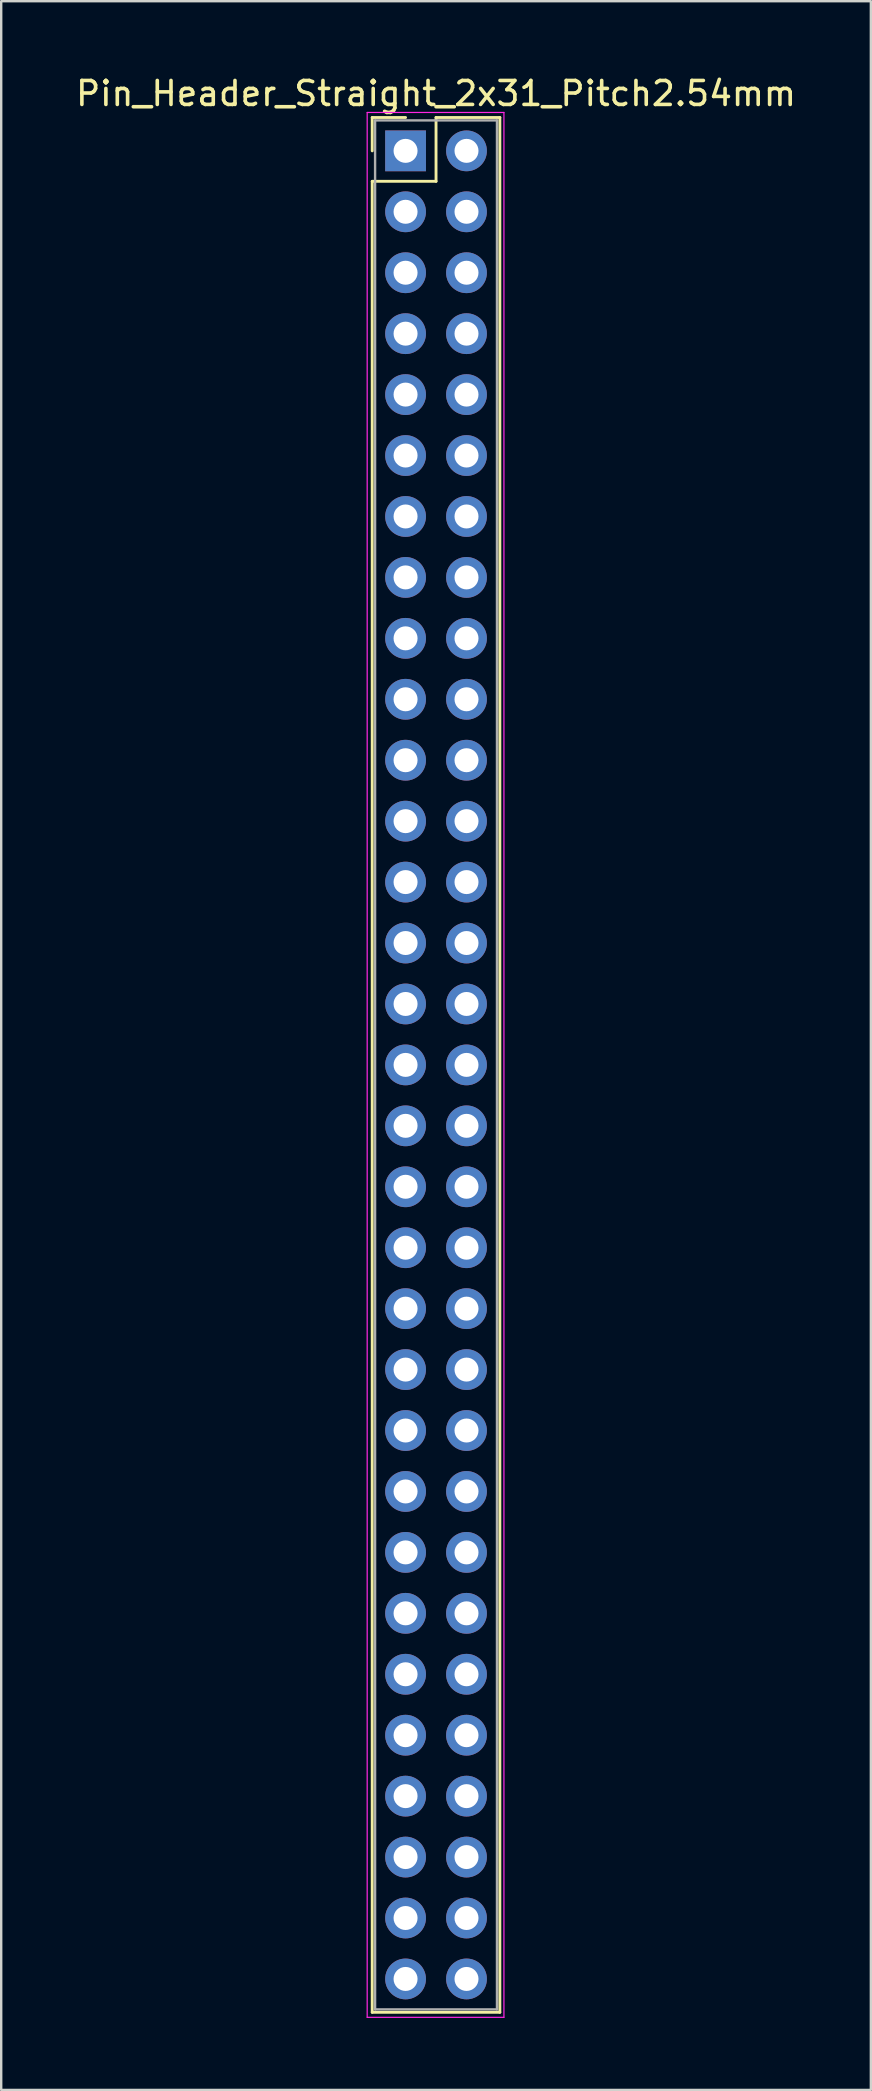
<source format=kicad_pcb>
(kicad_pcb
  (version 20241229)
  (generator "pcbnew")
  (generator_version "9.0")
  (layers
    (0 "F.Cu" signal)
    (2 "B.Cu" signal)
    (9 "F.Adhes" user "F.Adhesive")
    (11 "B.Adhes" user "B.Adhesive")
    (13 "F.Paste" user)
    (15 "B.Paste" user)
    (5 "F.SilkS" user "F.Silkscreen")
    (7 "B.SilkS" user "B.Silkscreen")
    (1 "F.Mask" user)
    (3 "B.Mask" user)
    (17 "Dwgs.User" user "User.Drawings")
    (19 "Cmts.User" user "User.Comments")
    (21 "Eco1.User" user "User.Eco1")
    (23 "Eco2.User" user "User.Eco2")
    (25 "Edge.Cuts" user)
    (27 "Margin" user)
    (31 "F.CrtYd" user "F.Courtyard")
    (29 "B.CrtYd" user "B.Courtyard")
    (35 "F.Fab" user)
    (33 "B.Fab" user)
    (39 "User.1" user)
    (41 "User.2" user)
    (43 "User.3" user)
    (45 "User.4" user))
  (footprint "Pin_Header_Straight_2x31_Pitch2.54mm"
    (layer "F.Cu")
    (at 13.855 3.238)
    (property "Reference" "Pin_Header_Straight_2x31_Pitch2.54mm" (at 1.27 -2.39 0) (layer "F.SilkS") (effects (font (size 1 1) (thickness 0.15))))
    (attr through_hole)
    (fp_line (start -1.39 -1.39) (end 0 -1.39) (stroke (width 0.12) (type solid)) (layer "F.SilkS"))
    (fp_line (start -1.39 0) (end -1.39 -1.39) (stroke (width 0.12) (type solid)) (layer "F.SilkS"))
    (fp_line (start -1.39 1.27) (end -1.39 77.59) (stroke (width 0.12) (type solid)) (layer "F.SilkS"))
    (fp_line (start -1.39 77.59) (end 3.93 77.59) (stroke (width 0.12) (type solid)) (layer "F.SilkS"))
    (fp_line (start 1.27 -1.39) (end 1.27 1.27) (stroke (width 0.12) (type solid)) (layer "F.SilkS"))
    (fp_line (start 1.27 1.27) (end -1.39 1.27) (stroke (width 0.12) (type solid)) (layer "F.SilkS"))
    (fp_line (start 3.93 -1.39) (end 1.27 -1.39) (stroke (width 0.12) (type solid)) (layer "F.SilkS"))
    (fp_line (start 3.93 77.59) (end 3.93 -1.39) (stroke (width 0.12) (type solid)) (layer "F.SilkS"))
    (fp_line (start -1.6 -1.6) (end -1.6 77.8) (stroke (width 0.05) (type solid)) (layer "F.CrtYd"))
    (fp_line (start -1.6 77.8) (end 4.1 77.8) (stroke (width 0.05) (type solid)) (layer "F.CrtYd"))
    (fp_line (start 4.1 -1.6) (end -1.6 -1.6) (stroke (width 0.05) (type solid)) (layer "F.CrtYd"))
    (fp_line (start 4.1 77.8) (end 4.1 -1.6) (stroke (width 0.05) (type solid)) (layer "F.CrtYd"))
    (fp_line (start -1.27 -1.27) (end -1.27 77.47) (stroke (width 0.1) (type solid)) (layer "F.Fab"))
    (fp_line (start -1.27 77.47) (end 3.81 77.47) (stroke (width 0.1) (type solid)) (layer "F.Fab"))
    (fp_line (start 3.81 -1.27) (end -1.27 -1.27) (stroke (width 0.1) (type solid)) (layer "F.Fab"))
    (fp_line (start 3.81 77.47) (end 3.81 -1.27) (stroke (width 0.1) (type solid)) (layer "F.Fab"))
    (pad "1" thru_hole rect (at 0 0) (size 1.7 1.7) (drill 1) (layers "*.Cu" "*.Mask"))
    (pad "2" thru_hole oval (at 2.54 0) (size 1.7 1.7) (drill 1) (layers "*.Cu" "*.Mask"))
    (pad "3" thru_hole oval (at 0 2.54) (size 1.7 1.7) (drill 1) (layers "*.Cu" "*.Mask"))
    (pad "4" thru_hole oval (at 2.54 2.54) (size 1.7 1.7) (drill 1) (layers "*.Cu" "*.Mask"))
    (pad "5" thru_hole oval (at 0 5.08) (size 1.7 1.7) (drill 1) (layers "*.Cu" "*.Mask"))
    (pad "6" thru_hole oval (at 2.54 5.08) (size 1.7 1.7) (drill 1) (layers "*.Cu" "*.Mask"))
    (pad "7" thru_hole oval (at 0 7.62) (size 1.7 1.7) (drill 1) (layers "*.Cu" "*.Mask"))
    (pad "8" thru_hole oval (at 2.54 7.62) (size 1.7 1.7) (drill 1) (layers "*.Cu" "*.Mask"))
    (pad "9" thru_hole oval (at 0 10.16) (size 1.7 1.7) (drill 1) (layers "*.Cu" "*.Mask"))
    (pad "10" thru_hole oval (at 2.54 10.16) (size 1.7 1.7) (drill 1) (layers "*.Cu" "*.Mask"))
    (pad "11" thru_hole oval (at 0 12.7) (size 1.7 1.7) (drill 1) (layers "*.Cu" "*.Mask"))
    (pad "12" thru_hole oval (at 2.54 12.7) (size 1.7 1.7) (drill 1) (layers "*.Cu" "*.Mask"))
    (pad "13" thru_hole oval (at 0 15.24) (size 1.7 1.7) (drill 1) (layers "*.Cu" "*.Mask"))
    (pad "14" thru_hole oval (at 2.54 15.24) (size 1.7 1.7) (drill 1) (layers "*.Cu" "*.Mask"))
    (pad "15" thru_hole oval (at 0 17.78) (size 1.7 1.7) (drill 1) (layers "*.Cu" "*.Mask"))
    (pad "16" thru_hole oval (at 2.54 17.78) (size 1.7 1.7) (drill 1) (layers "*.Cu" "*.Mask"))
    (pad "17" thru_hole oval (at 0 20.32) (size 1.7 1.7) (drill 1) (layers "*.Cu" "*.Mask"))
    (pad "18" thru_hole oval (at 2.54 20.32) (size 1.7 1.7) (drill 1) (layers "*.Cu" "*.Mask"))
    (pad "19" thru_hole oval (at 0 22.86) (size 1.7 1.7) (drill 1) (layers "*.Cu" "*.Mask"))
    (pad "20" thru_hole oval (at 2.54 22.86) (size 1.7 1.7) (drill 1) (layers "*.Cu" "*.Mask"))
    (pad "21" thru_hole oval (at 0 25.4) (size 1.7 1.7) (drill 1) (layers "*.Cu" "*.Mask"))
    (pad "22" thru_hole oval (at 2.54 25.4) (size 1.7 1.7) (drill 1) (layers "*.Cu" "*.Mask"))
    (pad "23" thru_hole oval (at 0 27.94) (size 1.7 1.7) (drill 1) (layers "*.Cu" "*.Mask"))
    (pad "24" thru_hole oval (at 2.54 27.94) (size 1.7 1.7) (drill 1) (layers "*.Cu" "*.Mask"))
    (pad "25" thru_hole oval (at 0 30.48) (size 1.7 1.7) (drill 1) (layers "*.Cu" "*.Mask"))
    (pad "26" thru_hole oval (at 2.54 30.48) (size 1.7 1.7) (drill 1) (layers "*.Cu" "*.Mask"))
    (pad "27" thru_hole oval (at 0 33.02) (size 1.7 1.7) (drill 1) (layers "*.Cu" "*.Mask"))
    (pad "28" thru_hole oval (at 2.54 33.02) (size 1.7 1.7) (drill 1) (layers "*.Cu" "*.Mask"))
    (pad "29" thru_hole oval (at 0 35.56) (size 1.7 1.7) (drill 1) (layers "*.Cu" "*.Mask"))
    (pad "30" thru_hole oval (at 2.54 35.56) (size 1.7 1.7) (drill 1) (layers "*.Cu" "*.Mask"))
    (pad "31" thru_hole oval (at 0 38.1) (size 1.7 1.7) (drill 1) (layers "*.Cu" "*.Mask"))
    (pad "32" thru_hole oval (at 2.54 38.1) (size 1.7 1.7) (drill 1) (layers "*.Cu" "*.Mask"))
    (pad "33" thru_hole oval (at 0 40.64) (size 1.7 1.7) (drill 1) (layers "*.Cu" "*.Mask"))
    (pad "34" thru_hole oval (at 2.54 40.64) (size 1.7 1.7) (drill 1) (layers "*.Cu" "*.Mask"))
    (pad "35" thru_hole oval (at 0 43.18) (size 1.7 1.7) (drill 1) (layers "*.Cu" "*.Mask"))
    (pad "36" thru_hole oval (at 2.54 43.18) (size 1.7 1.7) (drill 1) (layers "*.Cu" "*.Mask"))
    (pad "37" thru_hole oval (at 0 45.72) (size 1.7 1.7) (drill 1) (layers "*.Cu" "*.Mask"))
    (pad "38" thru_hole oval (at 2.54 45.72) (size 1.7 1.7) (drill 1) (layers "*.Cu" "*.Mask"))
    (pad "39" thru_hole oval (at 0 48.26) (size 1.7 1.7) (drill 1) (layers "*.Cu" "*.Mask"))
    (pad "40" thru_hole oval (at 2.54 48.26) (size 1.7 1.7) (drill 1) (layers "*.Cu" "*.Mask"))
    (pad "41" thru_hole oval (at 0 50.8) (size 1.7 1.7) (drill 1) (layers "*.Cu" "*.Mask"))
    (pad "42" thru_hole oval (at 2.54 50.8) (size 1.7 1.7) (drill 1) (layers "*.Cu" "*.Mask"))
    (pad "43" thru_hole oval (at 0 53.34) (size 1.7 1.7) (drill 1) (layers "*.Cu" "*.Mask"))
    (pad "44" thru_hole oval (at 2.54 53.34) (size 1.7 1.7) (drill 1) (layers "*.Cu" "*.Mask"))
    (pad "45" thru_hole oval (at 0 55.88) (size 1.7 1.7) (drill 1) (layers "*.Cu" "*.Mask"))
    (pad "46" thru_hole oval (at 2.54 55.88) (size 1.7 1.7) (drill 1) (layers "*.Cu" "*.Mask"))
    (pad "47" thru_hole oval (at 0 58.42) (size 1.7 1.7) (drill 1) (layers "*.Cu" "*.Mask"))
    (pad "48" thru_hole oval (at 2.54 58.42) (size 1.7 1.7) (drill 1) (layers "*.Cu" "*.Mask"))
    (pad "49" thru_hole oval (at 0 60.96) (size 1.7 1.7) (drill 1) (layers "*.Cu" "*.Mask"))
    (pad "50" thru_hole oval (at 2.54 60.96) (size 1.7 1.7) (drill 1) (layers "*.Cu" "*.Mask"))
    (pad "51" thru_hole oval (at 0 63.5) (size 1.7 1.7) (drill 1) (layers "*.Cu" "*.Mask"))
    (pad "52" thru_hole oval (at 2.54 63.5) (size 1.7 1.7) (drill 1) (layers "*.Cu" "*.Mask"))
    (pad "53" thru_hole oval (at 0 66.04) (size 1.7 1.7) (drill 1) (layers "*.Cu" "*.Mask"))
    (pad "54" thru_hole oval (at 2.54 66.04) (size 1.7 1.7) (drill 1) (layers "*.Cu" "*.Mask"))
    (pad "55" thru_hole oval (at 0 68.58) (size 1.7 1.7) (drill 1) (layers "*.Cu" "*.Mask"))
    (pad "56" thru_hole oval (at 2.54 68.58) (size 1.7 1.7) (drill 1) (layers "*.Cu" "*.Mask"))
    (pad "57" thru_hole oval (at 0 71.12) (size 1.7 1.7) (drill 1) (layers "*.Cu" "*.Mask"))
    (pad "58" thru_hole oval (at 2.54 71.12) (size 1.7 1.7) (drill 1) (layers "*.Cu" "*.Mask"))
    (pad "59" thru_hole oval (at 0 73.66) (size 1.7 1.7) (drill 1) (layers "*.Cu" "*.Mask"))
    (pad "60" thru_hole oval (at 2.54 73.66) (size 1.7 1.7) (drill 1) (layers "*.Cu" "*.Mask"))
    (pad "61" thru_hole oval (at 0 76.2) (size 1.7 1.7) (drill 1) (layers "*.Cu" "*.Mask"))
    (pad "62" thru_hole oval (at 2.54 76.2) (size 1.7 1.7) (drill 1) (layers "*.Cu" "*.Mask")))
  (gr_rect
    (start -3 -3)
    (end 33.25 84.063)
    (stroke (width 0.1) (type default))
    (fill no)
    (layer "Edge.Cuts")))
</source>
